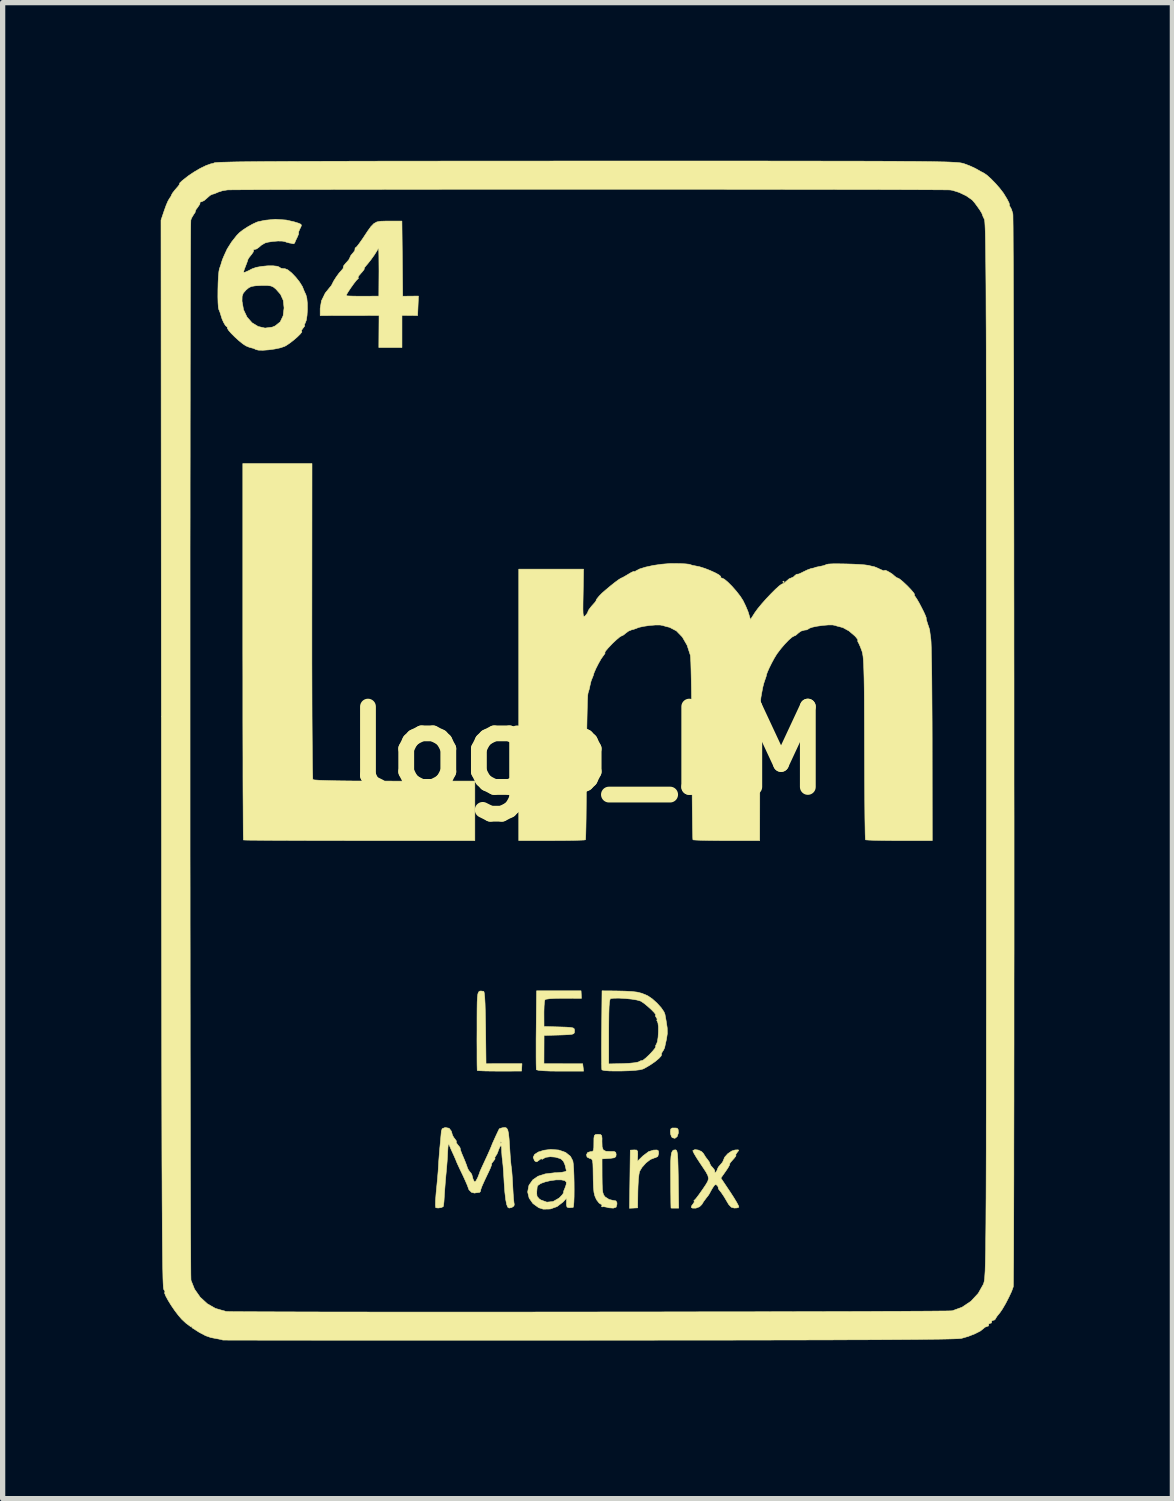
<source format=kicad_pcb>
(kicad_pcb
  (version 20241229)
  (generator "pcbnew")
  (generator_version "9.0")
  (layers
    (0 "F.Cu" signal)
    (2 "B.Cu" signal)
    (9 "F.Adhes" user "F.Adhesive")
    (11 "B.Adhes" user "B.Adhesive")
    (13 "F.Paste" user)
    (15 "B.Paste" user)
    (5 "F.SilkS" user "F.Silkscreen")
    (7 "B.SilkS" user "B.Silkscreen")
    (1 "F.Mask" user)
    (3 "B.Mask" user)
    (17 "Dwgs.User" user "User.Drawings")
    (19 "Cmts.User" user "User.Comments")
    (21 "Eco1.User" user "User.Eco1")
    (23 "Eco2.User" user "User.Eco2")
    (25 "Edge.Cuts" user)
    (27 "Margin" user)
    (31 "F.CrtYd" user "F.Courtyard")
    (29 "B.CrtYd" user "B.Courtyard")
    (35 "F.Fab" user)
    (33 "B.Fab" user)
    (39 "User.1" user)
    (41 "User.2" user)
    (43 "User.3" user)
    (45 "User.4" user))
  (footprint "logo_LM"
    (layer "F.Cu")
    (at 8.105 11.192)
    (property "Reference" "logo_LM" (at 0 0 0) (layer "F.SilkS") (effects (font (size 1.524 1.524) (thickness 0.3))))
    (attr through_hole)
    (fp_poly (pts (xy 3.725 -3.203) (xy 3.711 -3.189) (xy 3.697 -3.203) (xy 3.711 -3.217) (xy 3.725 -3.203)) (stroke (width 0.01) (type solid)) (fill yes) (layer "F.SilkS"))
    (fp_poly (pts (xy 1.662 7.161) (xy 1.695 7.165) (xy 1.713 7.192) (xy 1.717 7.253) (xy 1.716 7.258) (xy 1.693 7.325) (xy 1.651 7.357) (xy 1.603 7.345) (xy 1.587 7.328) (xy 1.569 7.276) (xy 1.565 7.225) (xy 1.572 7.18) (xy 1.599 7.161) (xy 1.662 7.161)) (stroke (width 0.01) (type solid)) (fill yes) (layer "F.SilkS"))
    (fp_poly (pts (xy 1.665 7.576) (xy 1.68 7.584) (xy 1.691 7.611) (xy 1.7 7.664) (xy 1.706 7.751) (xy 1.71 7.877) (xy 1.714 8.05) (xy 1.715 8.129) (xy 1.723 8.681) (xy 1.652 8.681) (xy 1.597 8.681) (xy 1.577 8.68) (xy 1.576 8.653) (xy 1.574 8.578) (xy 1.573 8.464) (xy 1.571 8.32) (xy 1.57 8.154) (xy 1.57 8.147) (xy 1.569 7.953) (xy 1.57 7.808) (xy 1.576 7.705) (xy 1.586 7.638) (xy 1.603 7.598) (xy 1.626 7.58) (xy 1.658 7.576) (xy 1.665 7.576)) (stroke (width 0.01) (type solid)) (fill yes) (layer "F.SilkS"))
    (fp_poly (pts (xy 0.924 7.579) (xy 0.944 7.604) (xy 0.946 7.668) (xy 0.945 7.683) (xy 0.94 7.792) (xy 1.044 7.691) (xy 1.152 7.609) (xy 1.246 7.58) (xy 1.312 7.578) (xy 1.339 7.596) (xy 1.342 7.644) (xy 1.342 7.645) (xy 1.326 7.702) (xy 1.275 7.726) (xy 1.262 7.728) (xy 1.186 7.758) (xy 1.102 7.823) (xy 1.027 7.907) (xy 0.981 7.984) (xy 0.969 8.042) (xy 0.958 8.141) (xy 0.951 8.266) (xy 0.948 8.366) (xy 0.944 8.676) (xy 0.867 8.68) (xy 0.789 8.684) (xy 0.797 8.132) (xy 0.804 7.581) (xy 0.877 7.577) (xy 0.924 7.579)) (stroke (width 0.01) (type solid)) (fill yes) (layer "F.SilkS"))
    (fp_poly (pts (xy -1.997 4.566) (xy -1.976 4.568) (xy -1.967 4.597) (xy -1.958 4.678) (xy -1.951 4.807) (xy -1.946 4.979) (xy -1.942 5.19) (xy -1.941 5.256) (xy -1.933 5.941) (xy -1.251 5.94) (xy -1.255 6.011) (xy -1.259 6.081) (xy -1.676 6.082) (xy -1.823 6.081) (xy -1.948 6.079) (xy -2.041 6.075) (xy -2.093 6.071) (xy -2.1 6.068) (xy -2.101 6.037) (xy -2.103 5.957) (xy -2.104 5.836) (xy -2.104 5.681) (xy -2.105 5.499) (xy -2.104 5.306) (xy -2.104 5.08) (xy -2.103 4.904) (xy -2.101 4.773) (xy -2.096 4.679) (xy -2.088 4.617) (xy -2.074 4.581) (xy -2.056 4.565) (xy -2.03 4.561) (xy -1.997 4.566)) (stroke (width 0.01) (type solid)) (fill yes) (layer "F.SilkS"))
    (fp_poly (pts (xy -0.126 4.629) (xy -0.122 4.701) (xy -0.458 4.699) (xy -0.605 4.701) (xy -0.719 4.707) (xy -0.792 4.717) (xy -0.815 4.726) (xy -0.824 4.766) (xy -0.831 4.848) (xy -0.834 4.955) (xy -0.834 4.995) (xy -0.833 5.235) (xy -0.543 5.243) (xy -0.413 5.247) (xy -0.33 5.253) (xy -0.282 5.262) (xy -0.26 5.278) (xy -0.254 5.304) (xy -0.254 5.32) (xy -0.256 5.351) (xy -0.269 5.371) (xy -0.303 5.383) (xy -0.369 5.39) (xy -0.476 5.395) (xy -0.543 5.397) (xy -0.832 5.405) (xy -0.833 5.673) (xy -0.834 5.942) (xy -0.466 5.941) (xy -0.099 5.941) (xy -0.082 6.082) (xy -0.524 6.082) (xy -0.704 6.081) (xy -0.842 6.075) (xy -0.934 6.067) (xy -0.976 6.056) (xy -0.978 6.053) (xy -0.98 6.018) (xy -0.982 5.935) (xy -0.983 5.81) (xy -0.983 5.653) (xy -0.983 5.47) (xy -0.981 5.291) (xy -0.974 4.558) (xy -0.13 4.558) (xy -0.126 4.629)) (stroke (width 0.01) (type solid)) (fill yes) (layer "F.SilkS"))
    (fp_poly (pts (xy -5.237 -2.462) (xy -5.237 -2.056) (xy -5.237 -1.666) (xy -5.236 -1.296) (xy -5.235 -0.948) (xy -5.234 -0.627) (xy -5.232 -0.337) (xy -5.23 -0.082) (xy -5.228 0.136) (xy -5.226 0.311) (xy -5.223 0.442) (xy -5.221 0.523) (xy -5.218 0.551) (xy -5.185 0.557) (xy -5.096 0.563) (xy -4.953 0.568) (xy -4.757 0.573) (xy -4.508 0.576) (xy -4.209 0.578) (xy -3.86 0.578) (xy -3.671 0.579) (xy -2.145 0.578) (xy -2.145 1.708) (xy -4.334 1.708) (xy -4.681 1.707) (xy -5.011 1.707) (xy -5.319 1.706) (xy -5.603 1.705) (xy -5.857 1.704) (xy -6.078 1.703) (xy -6.26 1.701) (xy -6.399 1.7) (xy -6.492 1.698) (xy -6.534 1.696) (xy -6.536 1.696) (xy -6.537 1.667) (xy -6.539 1.584) (xy -6.54 1.452) (xy -6.541 1.274) (xy -6.542 1.053) (xy -6.544 0.792) (xy -6.545 0.495) (xy -6.545 0.166) (xy -6.546 -0.193) (xy -6.547 -0.579) (xy -6.547 -0.987) (xy -6.547 -1.414) (xy -6.548 -1.857) (xy -6.548 -5.447) (xy -5.235 -5.447) (xy -5.237 -2.462)) (stroke (width 0.01) (type solid)) (fill yes) (layer "F.SilkS"))
    (fp_poly (pts (xy 0.24 7.285) (xy 0.262 7.306) (xy 0.268 7.359) (xy 0.267 7.415) (xy 0.27 7.519) (xy 0.292 7.578) (xy 0.342 7.603) (xy 0.423 7.606) (xy 0.496 7.606) (xy 0.528 7.622) (xy 0.536 7.661) (xy 0.536 7.665) (xy 0.53 7.705) (xy 0.5 7.726) (xy 0.432 7.736) (xy 0.402 7.738) (xy 0.268 7.747) (xy 0.269 8.079) (xy 0.271 8.223) (xy 0.275 8.322) (xy 0.284 8.388) (xy 0.299 8.431) (xy 0.322 8.463) (xy 0.331 8.471) (xy 0.403 8.517) (xy 0.473 8.534) (xy 0.532 8.544) (xy 0.551 8.579) (xy 0.551 8.608) (xy 0.535 8.663) (xy 0.483 8.681) (xy 0.478 8.681) (xy 0.399 8.675) (xy 0.353 8.663) (xy 0.296 8.653) (xy 0.271 8.658) (xy 0.259 8.654) (xy 0.265 8.64) (xy 0.264 8.612) (xy 0.248 8.608) (xy 0.212 8.585) (xy 0.168 8.528) (xy 0.157 8.508) (xy 0.132 8.451) (xy 0.115 8.381) (xy 0.106 8.286) (xy 0.101 8.153) (xy 0.1 8.077) (xy 0.098 7.937) (xy 0.095 7.842) (xy 0.088 7.785) (xy 0.075 7.755) (xy 0.055 7.742) (xy 0.033 7.738) (xy -0.016 7.712) (xy -0.027 7.667) (xy -0.005 7.626) (xy 0.049 7.609) (xy 0.049 7.609) (xy 0.085 7.607) (xy 0.104 7.585) (xy 0.112 7.532) (xy 0.113 7.447) (xy 0.114 7.355) (xy 0.122 7.305) (xy 0.144 7.285) (xy 0.185 7.281) (xy 0.192 7.281) (xy 0.24 7.285)) (stroke (width 0.01) (type solid)) (fill yes) (layer "F.SilkS"))
    (fp_poly (pts (xy -0.552 7.579) (xy -0.424 7.624) (xy -0.331 7.699) (xy -0.286 7.785) (xy -0.277 7.845) (xy -0.27 7.941) (xy -0.265 8.062) (xy -0.262 8.197) (xy -0.261 8.334) (xy -0.262 8.461) (xy -0.266 8.567) (xy -0.272 8.64) (xy -0.28 8.668) (xy -0.28 8.668) (xy -0.359 8.674) (xy -0.396 8.662) (xy -0.407 8.622) (xy -0.407 8.585) (xy -0.405 8.492) (xy -0.473 8.566) (xy -0.585 8.652) (xy -0.715 8.698) (xy -0.847 8.701) (xy -0.932 8.674) (xy -1.043 8.594) (xy -1.115 8.491) (xy -1.139 8.392) (xy -0.972 8.392) (xy -0.965 8.457) (xy -0.922 8.507) (xy -0.892 8.527) (xy -0.778 8.568) (xy -0.661 8.556) (xy -0.549 8.492) (xy -0.532 8.477) (xy -0.484 8.426) (xy -0.463 8.393) (xy -0.463 8.389) (xy -0.46 8.359) (xy -0.438 8.307) (xy -0.413 8.238) (xy -0.408 8.189) (xy -0.438 8.158) (xy -0.508 8.145) (xy -0.602 8.145) (xy -0.708 8.159) (xy -0.81 8.183) (xy -0.896 8.214) (xy -0.95 8.252) (xy -0.962 8.277) (xy -0.967 8.329) (xy -0.972 8.392) (xy -1.139 8.392) (xy -1.143 8.374) (xy -1.121 8.257) (xy -1.114 8.241) (xy -1.045 8.144) (xy -0.946 8.076) (xy -0.81 8.032) (xy -0.629 8.01) (xy -0.589 8.009) (xy -0.493 8.001) (xy -0.429 7.988) (xy -0.408 7.973) (xy -0.434 7.862) (xy -0.464 7.793) (xy -0.506 7.752) (xy -0.529 7.74) (xy -0.616 7.714) (xy -0.713 7.706) (xy -0.798 7.717) (xy -0.841 7.739) (xy -0.869 7.756) (xy -0.875 7.748) (xy -0.892 7.746) (xy -0.927 7.772) (xy -0.97 7.803) (xy -1 7.793) (xy -1.015 7.776) (xy -1.038 7.717) (xy -1.011 7.662) (xy -0.94 7.616) (xy -0.833 7.583) (xy -0.705 7.567) (xy -0.552 7.579)) (stroke (width 0.01) (type solid)) (fill yes) (layer "F.SilkS"))
    (fp_poly (pts (xy -3.521 -9.335) (xy -3.514 -8.622) (xy -3.364 -8.623) (xy -3.215 -8.625) (xy -3.223 -8.44) (xy -3.231 -8.255) (xy -3.38 -8.256) (xy -3.528 -8.258) (xy -3.528 -7.648) (xy -3.967 -7.648) (xy -3.965 -7.952) (xy -3.963 -8.256) (xy -4.522 -8.255) (xy -5.08 -8.254) (xy -5.08 -8.389) (xy -5.055 -8.536) (xy -5.008 -8.631) (xy -4.586 -8.631) (xy -4.555 -8.627) (xy -4.48 -8.624) (xy -4.372 -8.622) (xy -4.271 -8.622) (xy -3.967 -8.623) (xy -3.964 -9.099) (xy -3.965 -9.252) (xy -3.966 -9.381) (xy -3.968 -9.476) (xy -3.972 -9.529) (xy -3.975 -9.536) (xy -4.003 -9.482) (xy -4.054 -9.402) (xy -4.117 -9.314) (xy -4.179 -9.236) (xy -4.204 -9.207) (xy -4.239 -9.164) (xy -4.244 -9.144) (xy -4.243 -9.144) (xy -4.248 -9.126) (xy -4.283 -9.082) (xy -4.304 -9.059) (xy -4.348 -9.008) (xy -4.363 -8.978) (xy -4.359 -8.974) (xy -4.352 -8.962) (xy -4.363 -8.953) (xy -4.395 -8.92) (xy -4.442 -8.86) (xy -4.495 -8.786) (xy -4.543 -8.714) (xy -4.577 -8.658) (xy -4.586 -8.631) (xy -5.008 -8.631) (xy -4.984 -8.681) (xy -4.904 -8.78) (xy -4.866 -8.826) (xy -4.855 -8.848) (xy -4.826 -8.906) (xy -4.776 -8.985) (xy -4.721 -9.061) (xy -4.676 -9.111) (xy -4.675 -9.112) (xy -4.643 -9.151) (xy -4.642 -9.171) (xy -4.632 -9.203) (xy -4.592 -9.251) (xy -4.585 -9.258) (xy -4.538 -9.311) (xy -4.516 -9.354) (xy -4.516 -9.356) (xy -4.496 -9.398) (xy -4.46 -9.44) (xy -4.424 -9.485) (xy -4.419 -9.515) (xy -4.417 -9.538) (xy -4.411 -9.539) (xy -4.386 -9.561) (xy -4.34 -9.62) (xy -4.281 -9.703) (xy -4.263 -9.73) (xy -4.179 -9.857) (xy -4.116 -9.944) (xy -4.061 -10) (xy -4.005 -10.031) (xy -3.936 -10.044) (xy -3.843 -10.047) (xy -3.777 -10.047) (xy -3.529 -10.047) (xy -3.521 -9.335)) (stroke (width 0.01) (type solid)) (fill yes) (layer "F.SilkS"))
    (fp_poly (pts (xy 2.093 7.579) (xy 2.155 7.607) (xy 2.19 7.642) (xy 2.235 7.715) (xy 2.267 7.756) (xy 2.304 7.807) (xy 2.314 7.837) (xy 2.333 7.875) (xy 2.37 7.916) (xy 2.405 7.962) (xy 2.408 7.995) (xy 2.408 8.01) (xy 2.423 8.004) (xy 2.453 7.961) (xy 2.455 7.947) (xy 2.475 7.903) (xy 2.512 7.86) (xy 2.554 7.811) (xy 2.569 7.778) (xy 2.595 7.715) (xy 2.654 7.649) (xy 2.73 7.597) (xy 2.792 7.578) (xy 2.851 7.575) (xy 2.862 7.587) (xy 2.833 7.623) (xy 2.833 7.623) (xy 2.806 7.662) (xy 2.809 7.676) (xy 2.807 7.694) (xy 2.773 7.738) (xy 2.752 7.761) (xy 2.706 7.813) (xy 2.688 7.843) (xy 2.69 7.846) (xy 2.686 7.866) (xy 2.656 7.92) (xy 2.616 7.979) (xy 2.523 8.111) (xy 2.701 8.377) (xy 2.77 8.484) (xy 2.825 8.575) (xy 2.858 8.638) (xy 2.865 8.663) (xy 2.831 8.677) (xy 2.777 8.68) (xy 2.721 8.664) (xy 2.673 8.614) (xy 2.636 8.552) (xy 2.584 8.464) (xy 2.531 8.385) (xy 2.513 8.363) (xy 2.478 8.318) (xy 2.472 8.297) (xy 2.473 8.297) (xy 2.472 8.28) (xy 2.455 8.254) (xy 2.427 8.232) (xy 2.4 8.248) (xy 2.367 8.297) (xy 2.33 8.36) (xy 2.309 8.401) (xy 2.308 8.403) (xy 2.286 8.438) (xy 2.248 8.486) (xy 2.195 8.557) (xy 2.162 8.612) (xy 2.118 8.655) (xy 2.051 8.681) (xy 1.987 8.682) (xy 1.962 8.669) (xy 1.967 8.64) (xy 1.994 8.603) (xy 2.02 8.565) (xy 2.015 8.551) (xy 2.01 8.539) (xy 2.022 8.53) (xy 2.052 8.498) (xy 2.103 8.431) (xy 2.165 8.343) (xy 2.184 8.316) (xy 2.24 8.232) (xy 2.275 8.171) (xy 2.288 8.12) (xy 2.277 8.065) (xy 2.241 7.996) (xy 2.177 7.899) (xy 2.12 7.814) (xy 2.059 7.72) (xy 2.014 7.644) (xy 1.992 7.597) (xy 1.991 7.589) (xy 2.031 7.571) (xy 2.093 7.579)) (stroke (width 0.01) (type solid)) (fill yes) (layer "F.SilkS"))
    (fp_poly (pts (xy 0.522 4.56) (xy 0.7 4.564) (xy 0.834 4.571) (xy 0.936 4.583) (xy 1.019 4.604) (xy 1.095 4.634) (xy 1.141 4.656) (xy 1.223 4.712) (xy 1.31 4.79) (xy 1.388 4.876) (xy 1.443 4.956) (xy 1.462 5.003) (xy 1.469 5.042) (xy 1.482 5.113) (xy 1.485 5.13) (xy 1.505 5.263) (xy 1.507 5.369) (xy 1.491 5.476) (xy 1.488 5.489) (xy 1.47 5.569) (xy 1.458 5.626) (xy 1.457 5.635) (xy 1.435 5.683) (xy 1.417 5.708) (xy 1.395 5.748) (xy 1.397 5.762) (xy 1.391 5.792) (xy 1.347 5.841) (xy 1.275 5.901) (xy 1.185 5.963) (xy 1.088 6.02) (xy 1.044 6.042) (xy 0.988 6.056) (xy 0.895 6.067) (xy 0.778 6.075) (xy 0.649 6.079) (xy 0.521 6.08) (xy 0.407 6.078) (xy 0.319 6.071) (xy 0.27 6.06) (xy 0.265 6.055) (xy 0.262 6.02) (xy 0.26 5.935) (xy 0.259 5.811) (xy 0.258 5.653) (xy 0.259 5.47) (xy 0.26 5.332) (xy 0.395 5.332) (xy 0.395 5.945) (xy 0.664 5.939) (xy 0.784 5.933) (xy 0.886 5.923) (xy 0.953 5.91) (xy 0.97 5.902) (xy 1.009 5.882) (xy 1.021 5.885) (xy 1.047 5.874) (xy 1.1 5.832) (xy 1.168 5.768) (xy 1.232 5.699) (xy 1.274 5.647) (xy 1.285 5.622) (xy 1.287 5.591) (xy 1.3 5.572) (xy 1.319 5.522) (xy 1.332 5.437) (xy 1.338 5.336) (xy 1.338 5.24) (xy 1.329 5.167) (xy 1.319 5.144) (xy 1.305 5.113) (xy 1.312 5.108) (xy 1.315 5.091) (xy 1.298 5.066) (xy 1.279 5.032) (xy 1.286 5.024) (xy 1.287 5.008) (xy 1.255 4.967) (xy 1.2 4.911) (xy 1.133 4.851) (xy 1.066 4.796) (xy 1.01 4.758) (xy 0.998 4.752) (xy 0.932 4.733) (xy 0.831 4.716) (xy 0.711 4.704) (xy 0.593 4.697) (xy 0.493 4.698) (xy 0.43 4.706) (xy 0.43 4.706) (xy 0.418 4.725) (xy 0.409 4.775) (xy 0.402 4.86) (xy 0.398 4.988) (xy 0.396 5.162) (xy 0.395 5.332) (xy 0.26 5.332) (xy 0.261 5.291) (xy 0.268 4.558) (xy 0.522 4.56)) (stroke (width 0.01) (type solid)) (fill yes) (layer "F.SilkS"))
    (fp_poly (pts (xy -1.542 7.163) (xy -1.521 7.197) (xy -1.506 7.263) (xy -1.495 7.368) (xy -1.485 7.519) (xy -1.482 7.564) (xy -1.474 7.689) (xy -1.465 7.8) (xy -1.457 7.88) (xy -1.453 7.902) (xy -1.446 7.959) (xy -1.438 8.057) (xy -1.43 8.181) (xy -1.425 8.279) (xy -1.418 8.406) (xy -1.41 8.511) (xy -1.402 8.583) (xy -1.397 8.608) (xy -1.403 8.64) (xy -1.444 8.669) (xy -1.495 8.68) (xy -1.521 8.663) (xy -1.542 8.61) (xy -1.56 8.517) (xy -1.576 8.379) (xy -1.59 8.191) (xy -1.594 8.114) (xy -1.602 7.988) (xy -1.61 7.878) (xy -1.618 7.8) (xy -1.621 7.775) (xy -1.629 7.712) (xy -1.635 7.623) (xy -1.636 7.592) (xy -1.64 7.518) (xy -1.649 7.494) (xy -1.666 7.512) (xy -1.669 7.517) (xy -1.696 7.577) (xy -1.705 7.606) (xy -1.726 7.657) (xy -1.747 7.688) (xy -1.768 7.723) (xy -1.763 7.733) (xy -1.763 7.75) (xy -1.792 7.789) (xy -1.824 7.83) (xy -1.827 7.846) (xy -1.83 7.869) (xy -1.854 7.93) (xy -1.893 8.015) (xy -1.897 8.022) (xy -1.964 8.163) (xy -2.008 8.261) (xy -2.031 8.323) (xy -2.037 8.357) (xy -2.037 8.361) (xy -2.054 8.382) (xy -2.067 8.384) (xy -2.126 8.391) (xy -2.151 8.396) (xy -2.208 8.382) (xy -2.257 8.333) (xy -2.274 8.287) (xy -2.288 8.248) (xy -2.321 8.172) (xy -2.366 8.073) (xy -2.387 8.029) (xy -2.436 7.927) (xy -2.474 7.845) (xy -2.495 7.797) (xy -2.498 7.789) (xy -2.51 7.758) (xy -2.539 7.692) (xy -2.559 7.648) (xy -2.597 7.565) (xy -2.625 7.498) (xy -2.633 7.479) (xy -2.642 7.463) (xy -2.649 7.475) (xy -2.655 7.525) (xy -2.661 7.618) (xy -2.665 7.705) (xy -2.671 7.796) (xy -2.681 7.919) (xy -2.693 8.047) (xy -2.694 8.057) (xy -2.706 8.196) (xy -2.717 8.342) (xy -2.725 8.462) (xy -2.731 8.557) (xy -2.739 8.626) (xy -2.746 8.654) (xy -2.785 8.671) (xy -2.841 8.679) (xy -2.882 8.674) (xy -2.888 8.67) (xy -2.893 8.626) (xy -2.891 8.535) (xy -2.88 8.392) (xy -2.865 8.241) (xy -2.853 8.113) (xy -2.842 7.984) (xy -2.836 7.888) (xy -2.83 7.788) (xy -2.82 7.659) (xy -2.809 7.528) (xy -2.808 7.521) (xy -2.797 7.405) (xy -2.788 7.302) (xy -2.782 7.234) (xy -2.782 7.226) (xy -2.765 7.174) (xy -2.715 7.154) (xy -2.699 7.153) (xy -2.633 7.166) (xy -2.591 7.221) (xy -2.57 7.295) (xy -2.548 7.337) (xy -2.52 7.373) (xy -2.494 7.41) (xy -2.498 7.422) (xy -2.498 7.44) (xy -2.467 7.482) (xy -2.431 7.526) (xy -2.423 7.545) (xy -2.42 7.571) (xy -2.399 7.631) (xy -2.386 7.662) (xy -2.336 7.78) (xy -2.306 7.857) (xy -2.29 7.903) (xy -2.287 7.916) (xy -2.265 7.959) (xy -2.244 7.987) (xy -2.211 8.028) (xy -2.203 8.043) (xy -2.179 8.131) (xy -2.155 8.179) (xy -2.144 8.184) (xy -2.122 8.161) (xy -2.09 8.101) (xy -2.059 8.022) (xy -2.048 7.987) (xy -2.034 7.956) (xy -2.004 7.889) (xy -1.964 7.803) (xy -1.903 7.671) (xy -1.856 7.565) (xy -1.827 7.496) (xy -1.821 7.479) (xy -1.808 7.446) (xy -1.803 7.437) (xy -1.665 7.437) (xy -1.651 7.451) (xy -1.637 7.437) (xy -1.651 7.422) (xy -1.665 7.437) (xy -1.803 7.437) (xy -1.779 7.383) (xy -1.744 7.306) (xy -1.71 7.234) (xy -1.686 7.185) (xy -1.68 7.175) (xy -1.65 7.164) (xy -1.613 7.155) (xy -1.572 7.151) (xy -1.542 7.163)) (stroke (width 0.01) (type solid)) (fill yes) (layer "F.SilkS"))
    (fp_poly (pts (xy -5.723 -10.067) (xy -5.574 -10.033) (xy -5.487 -10.006) (xy -5.444 -9.986) (xy -5.436 -9.961) (xy -5.453 -9.922) (xy -5.463 -9.903) (xy -5.487 -9.848) (xy -5.49 -9.822) (xy -5.489 -9.821) (xy -5.49 -9.8) (xy -5.512 -9.747) (xy -5.517 -9.737) (xy -5.548 -9.673) (xy -5.563 -9.633) (xy -5.563 -9.631) (xy -5.586 -9.616) (xy -5.592 -9.617) (xy -5.641 -9.628) (xy -5.667 -9.632) (xy -5.725 -9.648) (xy -5.743 -9.656) (xy -5.794 -9.667) (xy -5.88 -9.669) (xy -5.979 -9.661) (xy -6.07 -9.647) (xy -6.125 -9.632) (xy -6.194 -9.592) (xy -6.235 -9.556) (xy -6.285 -9.519) (xy -6.316 -9.511) (xy -6.345 -9.503) (xy -6.343 -9.494) (xy -6.348 -9.464) (xy -6.382 -9.413) (xy -6.388 -9.407) (xy -6.43 -9.354) (xy -6.451 -9.319) (xy -6.451 -9.318) (xy -6.462 -9.281) (xy -6.486 -9.217) (xy -6.487 -9.215) (xy -6.52 -9.129) (xy -6.533 -9.085) (xy -6.526 -9.072) (xy -6.5 -9.079) (xy -6.497 -9.08) (xy -6.439 -9.106) (xy -6.366 -9.144) (xy -6.364 -9.144) (xy -6.293 -9.169) (xy -6.193 -9.187) (xy -6.081 -9.198) (xy -5.976 -9.199) (xy -5.895 -9.19) (xy -5.861 -9.177) (xy -5.823 -9.152) (xy -5.772 -9.144) (xy -5.748 -9.144) (xy -5.694 -9.122) (xy -5.622 -9.064) (xy -5.544 -8.983) (xy -5.472 -8.892) (xy -5.417 -8.804) (xy -5.393 -8.743) (xy -5.377 -8.705) (xy -5.351 -8.651) (xy -5.333 -8.585) (xy -5.323 -8.485) (xy -5.322 -8.37) (xy -5.329 -8.258) (xy -5.343 -8.166) (xy -5.364 -8.112) (xy -5.382 -8.079) (xy -5.375 -8.072) (xy -5.375 -8.054) (xy -5.405 -8.015) (xy -5.434 -7.975) (xy -5.431 -7.959) (xy -5.427 -7.943) (xy -5.458 -7.904) (xy -5.513 -7.849) (xy -5.584 -7.788) (xy -5.659 -7.73) (xy -5.728 -7.684) (xy -5.757 -7.669) (xy -5.837 -7.642) (xy -5.942 -7.62) (xy -6.057 -7.604) (xy -6.166 -7.596) (xy -6.253 -7.598) (xy -6.303 -7.611) (xy -6.305 -7.613) (xy -6.347 -7.633) (xy -6.371 -7.638) (xy -6.431 -7.655) (xy -6.49 -7.68) (xy -6.548 -7.718) (xy -6.621 -7.777) (xy -6.698 -7.847) (xy -6.768 -7.917) (xy -6.82 -7.977) (xy -6.842 -8.015) (xy -6.841 -8.02) (xy -6.846 -8.042) (xy -6.853 -8.043) (xy -6.878 -8.066) (xy -6.911 -8.122) (xy -6.942 -8.19) (xy -6.96 -8.248) (xy -6.971 -8.283) (xy -6.982 -8.319) (xy -6.999 -8.361) (xy -7.003 -8.368) (xy -7.012 -8.411) (xy -7.018 -8.497) (xy -7.019 -8.529) (xy -6.563 -8.529) (xy -6.563 -8.528) (xy -6.534 -8.365) (xy -6.468 -8.226) (xy -6.373 -8.118) (xy -6.256 -8.047) (xy -6.126 -8.017) (xy -5.989 -8.035) (xy -5.932 -8.059) (xy -5.838 -8.135) (xy -5.783 -8.25) (xy -5.765 -8.399) (xy -5.78 -8.542) (xy -5.832 -8.657) (xy -5.917 -8.754) (xy -5.965 -8.794) (xy -6.013 -8.816) (xy -6.08 -8.825) (xy -6.183 -8.825) (xy -6.2 -8.825) (xy -6.311 -8.819) (xy -6.384 -8.807) (xy -6.436 -8.782) (xy -6.486 -8.74) (xy -6.539 -8.68) (xy -6.561 -8.618) (xy -6.563 -8.529) (xy -7.019 -8.529) (xy -7.021 -8.612) (xy -7.02 -8.743) (xy -7.017 -8.875) (xy -7.011 -8.994) (xy -7.002 -9.088) (xy -6.992 -9.143) (xy -6.991 -9.144) (xy -6.967 -9.211) (xy -6.955 -9.252) (xy -6.937 -9.31) (xy -6.926 -9.337) (xy -6.906 -9.384) (xy -6.9 -9.398) (xy -6.845 -9.517) (xy -6.762 -9.649) (xy -6.667 -9.77) (xy -6.613 -9.826) (xy -6.547 -9.878) (xy -6.456 -9.937) (xy -6.362 -9.99) (xy -6.282 -10.027) (xy -6.251 -10.037) (xy -6.206 -10.046) (xy -6.134 -10.061) (xy -6.124 -10.063) (xy -5.93 -10.082) (xy -5.723 -10.067)) (stroke (width 0.01) (type solid)) (fill yes) (layer "F.SilkS"))
    (fp_poly (pts (xy 1.756 -3.548) (xy 1.854 -3.543) (xy 1.918 -3.536) (xy 1.933 -3.532) (xy 1.981 -3.516) (xy 2.032 -3.506) (xy 2.117 -3.489) (xy 2.216 -3.458) (xy 2.318 -3.418) (xy 2.411 -3.376) (xy 2.483 -3.337) (xy 2.52 -3.306) (xy 2.521 -3.292) (xy 2.526 -3.276) (xy 2.543 -3.274) (xy 2.588 -3.253) (xy 2.655 -3.197) (xy 2.735 -3.117) (xy 2.816 -3.025) (xy 2.89 -2.93) (xy 2.944 -2.846) (xy 2.994 -2.743) (xy 3.038 -2.638) (xy 3.05 -2.6) (xy 3.084 -2.486) (xy 3.169 -2.619) (xy 3.223 -2.693) (xy 3.298 -2.784) (xy 3.385 -2.882) (xy 3.476 -2.978) (xy 3.561 -3.063) (xy 3.631 -3.126) (xy 3.676 -3.158) (xy 3.685 -3.161) (xy 3.726 -3.18) (xy 3.768 -3.217) (xy 3.818 -3.26) (xy 3.853 -3.274) (xy 3.899 -3.294) (xy 3.923 -3.317) (xy 3.958 -3.346) (xy 3.972 -3.347) (xy 4.002 -3.351) (xy 4.061 -3.378) (xy 4.082 -3.389) (xy 4.163 -3.428) (xy 4.233 -3.454) (xy 4.242 -3.456) (xy 4.291 -3.466) (xy 4.304 -3.471) (xy 4.314 -3.476) (xy 4.353 -3.485) (xy 4.433 -3.501) (xy 4.473 -3.51) (xy 4.523 -3.529) (xy 4.53 -3.533) (xy 4.569 -3.54) (xy 4.652 -3.544) (xy 4.765 -3.544) (xy 4.895 -3.542) (xy 5.028 -3.538) (xy 5.152 -3.532) (xy 5.253 -3.524) (xy 5.318 -3.515) (xy 5.32 -3.515) (xy 5.389 -3.498) (xy 5.433 -3.489) (xy 5.475 -3.473) (xy 5.542 -3.442) (xy 5.553 -3.437) (xy 5.608 -3.413) (xy 5.631 -3.411) (xy 5.63 -3.415) (xy 5.637 -3.424) (xy 5.674 -3.41) (xy 5.727 -3.381) (xy 5.779 -3.347) (xy 5.814 -3.316) (xy 5.859 -3.28) (xy 5.882 -3.274) (xy 5.916 -3.255) (xy 5.977 -3.205) (xy 6.053 -3.134) (xy 6.068 -3.119) (xy 6.137 -3.046) (xy 6.183 -2.991) (xy 6.198 -2.965) (xy 6.196 -2.963) (xy 6.193 -2.946) (xy 6.216 -2.914) (xy 6.244 -2.872) (xy 6.285 -2.802) (xy 6.329 -2.718) (xy 6.372 -2.633) (xy 6.404 -2.562) (xy 6.42 -2.519) (xy 6.419 -2.512) (xy 6.421 -2.488) (xy 6.439 -2.429) (xy 6.449 -2.398) (xy 6.473 -2.328) (xy 6.486 -2.284) (xy 6.486 -2.279) (xy 6.489 -2.249) (xy 6.498 -2.181) (xy 6.507 -2.117) (xy 6.511 -2.062) (xy 6.515 -1.956) (xy 6.518 -1.803) (xy 6.522 -1.61) (xy 6.525 -1.382) (xy 6.527 -1.123) (xy 6.529 -0.84) (xy 6.531 -0.536) (xy 6.532 -0.218) (xy 6.532 -0.127) (xy 6.534 1.708) (xy 5.908 1.708) (xy 5.726 1.707) (xy 5.563 1.705) (xy 5.428 1.702) (xy 5.329 1.698) (xy 5.275 1.694) (xy 5.267 1.692) (xy 5.264 1.662) (xy 5.261 1.58) (xy 5.259 1.452) (xy 5.256 1.282) (xy 5.254 1.075) (xy 5.252 0.836) (xy 5.25 0.57) (xy 5.249 0.282) (xy 5.248 -0.023) (xy 5.248 -0.038) (xy 5.247 -0.4) (xy 5.246 -0.71) (xy 5.245 -0.972) (xy 5.243 -1.19) (xy 5.24 -1.37) (xy 5.236 -1.515) (xy 5.232 -1.63) (xy 5.227 -1.719) (xy 5.221 -1.786) (xy 5.213 -1.837) (xy 5.204 -1.874) (xy 5.201 -1.885) (xy 5.169 -1.97) (xy 5.14 -2.035) (xy 5.129 -2.053) (xy 5.116 -2.083) (xy 5.124 -2.088) (xy 5.121 -2.106) (xy 5.087 -2.151) (xy 5.064 -2.176) (xy 4.954 -2.27) (xy 4.84 -2.333) (xy 4.778 -2.35) (xy 4.719 -2.365) (xy 4.699 -2.373) (xy 4.646 -2.384) (xy 4.558 -2.384) (xy 4.453 -2.375) (xy 4.347 -2.36) (xy 4.257 -2.341) (xy 4.199 -2.32) (xy 4.189 -2.311) (xy 4.152 -2.291) (xy 4.109 -2.286) (xy 4.041 -2.266) (xy 3.993 -2.23) (xy 3.944 -2.187) (xy 3.91 -2.173) (xy 3.872 -2.152) (xy 3.81 -2.098) (xy 3.735 -2.02) (xy 3.659 -1.931) (xy 3.591 -1.841) (xy 3.577 -1.82) (xy 3.535 -1.751) (xy 3.488 -1.664) (xy 3.443 -1.574) (xy 3.408 -1.495) (xy 3.389 -1.444) (xy 3.388 -1.433) (xy 3.381 -1.404) (xy 3.361 -1.347) (xy 3.339 -1.281) (xy 3.319 -1.204) (xy 3.299 -1.099) (xy 3.282 -1.002) (xy 3.278 -0.951) (xy 3.274 -0.85) (xy 3.271 -0.704) (xy 3.268 -0.521) (xy 3.265 -0.307) (xy 3.263 -0.067) (xy 3.262 0.192) (xy 3.262 0.41) (xy 3.26 1.708) (xy 2.634 1.708) (xy 2.452 1.707) (xy 2.289 1.705) (xy 2.154 1.702) (xy 2.055 1.698) (xy 2.001 1.694) (xy 1.993 1.692) (xy 1.99 1.662) (xy 1.988 1.58) (xy 1.985 1.452) (xy 1.983 1.282) (xy 1.98 1.076) (xy 1.978 0.838) (xy 1.976 0.573) (xy 1.975 0.286) (xy 1.974 -0.007) (xy 1.973 -0.314) (xy 1.971 -0.607) (xy 1.968 -0.88) (xy 1.965 -1.129) (xy 1.961 -1.347) (xy 1.957 -1.53) (xy 1.953 -1.671) (xy 1.948 -1.767) (xy 1.944 -1.809) (xy 1.882 -1.999) (xy 1.792 -2.155) (xy 1.68 -2.271) (xy 1.55 -2.339) (xy 1.495 -2.352) (xy 1.438 -2.368) (xy 1.425 -2.373) (xy 1.371 -2.383) (xy 1.279 -2.383) (xy 1.17 -2.374) (xy 1.059 -2.358) (xy 0.967 -2.338) (xy 0.917 -2.318) (xy 0.867 -2.3) (xy 0.834 -2.293) (xy 0.772 -2.268) (xy 0.719 -2.229) (xy 0.667 -2.188) (xy 0.632 -2.173) (xy 0.601 -2.154) (xy 0.542 -2.104) (xy 0.467 -2.034) (xy 0.452 -2.018) (xy 0.383 -1.945) (xy 0.337 -1.891) (xy 0.321 -1.864) (xy 0.323 -1.863) (xy 0.325 -1.845) (xy 0.295 -1.802) (xy 0.292 -1.799) (xy 0.251 -1.741) (xy 0.202 -1.655) (xy 0.153 -1.559) (xy 0.116 -1.474) (xy 0.102 -1.425) (xy 0.083 -1.376) (xy 0.078 -1.366) (xy 0.06 -1.318) (xy 0.043 -1.248) (xy 0.024 -1.161) (xy 0.003 -1.093) (xy -0.003 -1.052) (xy -0.008 -0.961) (xy -0.012 -0.824) (xy -0.016 -0.649) (xy -0.02 -0.44) (xy -0.023 -0.205) (xy -0.025 0.053) (xy -0.027 0.325) (xy -0.028 0.596) (xy -0.03 0.849) (xy -0.032 1.08) (xy -0.034 1.281) (xy -0.037 1.449) (xy -0.04 1.577) (xy -0.043 1.66) (xy -0.046 1.692) (xy -0.046 1.692) (xy -0.077 1.697) (xy -0.157 1.7) (xy -0.276 1.704) (xy -0.427 1.706) (xy -0.602 1.707) (xy -0.687 1.708) (xy -1.312 1.708) (xy -1.312 -3.443) (xy -0.082 -3.443) (xy -0.09 -2.979) (xy -0.093 -2.809) (xy -0.094 -2.687) (xy -0.092 -2.607) (xy -0.086 -2.563) (xy -0.077 -2.546) (xy -0.062 -2.55) (xy -0.049 -2.56) (xy -0.01 -2.608) (xy 0.000131 -2.636) (xy 0.018 -2.674) (xy 0.063 -2.733) (xy 0.086 -2.759) (xy 0.134 -2.813) (xy 0.157 -2.846) (xy 0.156 -2.85) (xy 0.163 -2.869) (xy 0.199 -2.915) (xy 0.219 -2.938) (xy 0.269 -2.989) (xy 0.344 -3.054) (xy 0.429 -3.125) (xy 0.513 -3.192) (xy 0.584 -3.244) (xy 0.629 -3.272) (xy 0.636 -3.274) (xy 0.666 -3.288) (xy 0.727 -3.323) (xy 0.763 -3.345) (xy 0.828 -3.383) (xy 0.868 -3.4) (xy 0.875 -3.398) (xy 0.892 -3.397) (xy 0.911 -3.41) (xy 0.982 -3.447) (xy 1.096 -3.482) (xy 1.238 -3.513) (xy 1.395 -3.536) (xy 1.552 -3.549) (xy 1.636 -3.55) (xy 1.756 -3.548)) (stroke (width 0.01) (type solid)) (fill yes) (layer "F.SilkS"))
    (fp_poly (pts (xy 2.683 -11.187) (xy 3.218 -11.187) (xy 3.708 -11.186) (xy 4.153 -11.186) (xy 4.557 -11.185) (xy 4.922 -11.185) (xy 5.249 -11.184) (xy 5.541 -11.183) (xy 5.799 -11.182) (xy 6.027 -11.18) (xy 6.226 -11.179) (xy 6.398 -11.177) (xy 6.546 -11.175) (xy 6.671 -11.172) (xy 6.776 -11.17) (xy 6.863 -11.167) (xy 6.933 -11.163) (xy 6.99 -11.16) (xy 7.034 -11.156) (xy 7.069 -11.152) (xy 7.096 -11.147) (xy 7.118 -11.142) (xy 7.136 -11.136) (xy 7.14 -11.135) (xy 7.244 -11.096) (xy 7.338 -11.053) (xy 7.38 -11.031) (xy 7.456 -10.987) (xy 7.52 -10.954) (xy 7.521 -10.953) (xy 7.575 -10.915) (xy 7.651 -10.846) (xy 7.736 -10.759) (xy 7.816 -10.667) (xy 7.879 -10.585) (xy 7.89 -10.569) (xy 7.954 -10.464) (xy 7.991 -10.392) (xy 7.999 -10.359) (xy 7.996 -10.358) (xy 7.997 -10.34) (xy 8.01 -10.321) (xy 8.037 -10.27) (xy 8.061 -10.194) (xy 8.063 -10.187) (xy 8.065 -10.152) (xy 8.066 -10.064) (xy 8.068 -9.924) (xy 8.069 -9.734) (xy 8.07 -9.498) (xy 8.072 -9.218) (xy 8.073 -8.897) (xy 8.074 -8.535) (xy 8.075 -8.137) (xy 8.076 -7.705) (xy 8.078 -7.241) (xy 8.079 -6.747) (xy 8.079 -6.226) (xy 8.08 -5.68) (xy 8.081 -5.112) (xy 8.082 -4.525) (xy 8.083 -3.92) (xy 8.083 -3.3) (xy 8.084 -2.668) (xy 8.084 -2.026) (xy 8.085 -1.376) (xy 8.085 -0.721) (xy 8.085 -0.064) (xy 8.085 0.594) (xy 8.086 1.25) (xy 8.086 1.9) (xy 8.086 2.544) (xy 8.086 3.178) (xy 8.086 3.8) (xy 8.085 4.408) (xy 8.085 4.999) (xy 8.085 5.57) (xy 8.084 6.12) (xy 8.084 6.645) (xy 8.083 7.144) (xy 8.082 7.614) (xy 8.082 8.052) (xy 8.081 8.456) (xy 8.08 8.824) (xy 8.079 9.152) (xy 8.078 9.44) (xy 8.077 9.684) (xy 8.075 9.881) (xy 8.074 10.03) (xy 8.073 10.128) (xy 8.071 10.172) (xy 8.071 10.174) (xy 8.04 10.26) (xy 7.988 10.371) (xy 7.927 10.49) (xy 7.865 10.596) (xy 7.813 10.672) (xy 7.806 10.679) (xy 7.759 10.738) (xy 7.734 10.78) (xy 7.733 10.785) (xy 7.71 10.806) (xy 7.689 10.809) (xy 7.66 10.823) (xy 7.662 10.837) (xy 7.656 10.861) (xy 7.634 10.866) (xy 7.604 10.879) (xy 7.606 10.894) (xy 7.6 10.918) (xy 7.583 10.922) (xy 7.532 10.942) (xy 7.506 10.966) (xy 7.445 11.014) (xy 7.344 11.065) (xy 7.22 11.114) (xy 7.094 11.151) (xy 7.065 11.155) (xy 7.009 11.159) (xy 6.924 11.162) (xy 6.808 11.165) (xy 6.66 11.168) (xy 6.479 11.17) (xy 6.263 11.173) (xy 6.01 11.175) (xy 5.718 11.177) (xy 5.387 11.179) (xy 5.014 11.18) (xy 4.598 11.182) (xy 4.137 11.183) (xy 3.63 11.184) (xy 3.075 11.185) (xy 2.471 11.186) (xy 1.816 11.186) (xy 1.108 11.187) (xy 0.346 11.187) (xy 0.019 11.188) (xy -0.603 11.188) (xy -1.21 11.188) (xy -1.799 11.188) (xy -2.369 11.188) (xy -2.917 11.188) (xy -3.44 11.188) (xy -3.936 11.188) (xy -4.403 11.188) (xy -4.838 11.188) (xy -5.239 11.188) (xy -5.603 11.187) (xy -5.928 11.187) (xy -6.211 11.187) (xy -6.451 11.186) (xy -6.645 11.186) (xy -6.789 11.186) (xy -6.883 11.185) (xy -6.923 11.185) (xy -6.925 11.185) (xy -6.953 11.176) (xy -7.016 11.163) (xy -7.028 11.161) (xy -7.102 11.147) (xy -7.152 11.137) (xy -7.154 11.137) (xy -7.254 11.102) (xy -7.377 11.037) (xy -7.507 10.954) (xy -7.517 10.946) (xy -7.507 10.936) (xy -7.521 10.922) (xy -7.533 10.934) (xy -7.628 10.863) (xy -7.707 10.789) (xy -7.771 10.715) (xy -7.84 10.624) (xy -7.907 10.526) (xy -7.965 10.432) (xy -8.009 10.351) (xy -8.032 10.295) (xy -8.028 10.273) (xy -8.027 10.273) (xy -8.027 10.255) (xy -8.047 10.226) (xy -8.05 10.215) (xy -8.054 10.19) (xy -8.057 10.149) (xy -8.06 10.09) (xy -8.063 10.012) (xy -8.065 9.913) (xy -8.068 9.792) (xy -8.07 9.647) (xy -8.072 9.477) (xy -8.074 9.279) (xy -8.076 9.052) (xy -8.077 8.795) (xy -8.079 8.506) (xy -8.08 8.184) (xy -8.082 7.825) (xy -8.083 7.431) (xy -8.084 6.997) (xy -8.085 6.524) (xy -8.086 6.009) (xy -8.087 5.45) (xy -8.088 4.847) (xy -8.089 4.197) (xy -8.09 3.499) (xy -8.091 2.751) (xy -8.091 1.951) (xy -8.092 1.099) (xy -8.093 0.192) (xy -8.093 0.057) (xy -8.094 -1.292) (xy -7.549 -1.292) (xy -7.549 -0.641) (xy -7.549 0.012) (xy -7.549 0.666) (xy -7.549 1.317) (xy -7.549 1.963) (xy -7.548 2.601) (xy -7.548 3.23) (xy -7.547 3.846) (xy -7.547 4.448) (xy -7.546 5.032) (xy -7.546 5.596) (xy -7.545 6.139) (xy -7.544 6.656) (xy -7.543 7.147) (xy -7.543 7.608) (xy -7.542 8.037) (xy -7.541 8.431) (xy -7.54 8.789) (xy -7.539 9.107) (xy -7.537 9.383) (xy -7.536 9.615) (xy -7.535 9.8) (xy -7.534 9.936) (xy -7.532 10.02) (xy -7.531 10.05) (xy -7.464 10.218) (xy -7.357 10.371) (xy -7.221 10.496) (xy -7.067 10.584) (xy -6.94 10.621) (xy -6.889 10.634) (xy -6.875 10.641) (xy -6.846 10.643) (xy -6.763 10.645) (xy -6.629 10.646) (xy -6.448 10.647) (xy -6.222 10.648) (xy -5.955 10.649) (xy -5.649 10.65) (xy -5.307 10.651) (xy -4.932 10.652) (xy -4.528 10.652) (xy -4.097 10.653) (xy -3.641 10.653) (xy -3.165 10.653) (xy -2.671 10.653) (xy -2.161 10.653) (xy -1.64 10.653) (xy -1.109 10.653) (xy -0.573 10.652) (xy -0.032 10.652) (xy 0.508 10.651) (xy 1.046 10.651) (xy 1.578 10.65) (xy 2.101 10.649) (xy 2.613 10.648) (xy 3.11 10.648) (xy 3.59 10.646) (xy 4.05 10.645) (xy 4.486 10.644) (xy 4.896 10.643) (xy 5.277 10.642) (xy 5.625 10.64) (xy 5.939 10.639) (xy 6.214 10.637) (xy 6.448 10.636) (xy 6.638 10.634) (xy 6.781 10.633) (xy 6.874 10.631) (xy 6.914 10.629) (xy 6.914 10.629) (xy 7.1 10.561) (xy 7.268 10.448) (xy 7.406 10.299) (xy 7.503 10.127) (xy 7.505 10.122) (xy 7.51 10.108) (xy 7.514 10.093) (xy 7.519 10.075) (xy 7.523 10.051) (xy 7.527 10.021) (xy 7.53 9.982) (xy 7.533 9.933) (xy 7.537 9.872) (xy 7.539 9.797) (xy 7.542 9.706) (xy 7.544 9.598) (xy 7.547 9.471) (xy 7.548 9.323) (xy 7.55 9.153) (xy 7.552 8.958) (xy 7.553 8.737) (xy 7.555 8.488) (xy 7.556 8.209) (xy 7.557 7.899) (xy 7.558 7.556) (xy 7.558 7.177) (xy 7.559 6.763) (xy 7.56 6.309) (xy 7.56 5.816) (xy 7.56 5.28) (xy 7.561 4.701) (xy 7.561 4.077) (xy 7.561 3.405) (xy 7.561 2.684) (xy 7.561 1.912) (xy 7.562 1.088) (xy 7.562 0.21) (xy 7.562 -0.014) (xy 7.562 -0.918) (xy 7.562 -1.767) (xy 7.562 -2.563) (xy 7.562 -3.307) (xy 7.561 -4.002) (xy 7.561 -4.649) (xy 7.561 -5.249) (xy 7.56 -5.804) (xy 7.56 -6.316) (xy 7.559 -6.787) (xy 7.558 -7.219) (xy 7.558 -7.612) (xy 7.557 -7.968) (xy 7.555 -8.29) (xy 7.554 -8.579) (xy 7.553 -8.837) (xy 7.551 -9.064) (xy 7.549 -9.264) (xy 7.547 -9.437) (xy 7.545 -9.586) (xy 7.543 -9.711) (xy 7.541 -9.815) (xy 7.538 -9.9) (xy 7.535 -9.966) (xy 7.532 -10.016) (xy 7.529 -10.051) (xy 7.525 -10.073) (xy 7.522 -10.083) (xy 7.495 -10.139) (xy 7.485 -10.167) (xy 7.485 -10.168) (xy 7.474 -10.196) (xy 7.439 -10.254) (xy 7.39 -10.324) (xy 7.339 -10.393) (xy 7.296 -10.443) (xy 7.286 -10.452) (xy 7.18 -10.526) (xy 7.047 -10.59) (xy 6.916 -10.631) (xy 6.872 -10.638) (xy 6.833 -10.639) (xy 6.74 -10.64) (xy 6.597 -10.641) (xy 6.406 -10.642) (xy 6.171 -10.643) (xy 5.894 -10.644) (xy 5.58 -10.645) (xy 5.229 -10.646) (xy 4.846 -10.646) (xy 4.434 -10.647) (xy 3.996 -10.647) (xy 3.534 -10.648) (xy 3.052 -10.648) (xy 2.552 -10.649) (xy 2.038 -10.649) (xy 1.512 -10.649) (xy 0.978 -10.649) (xy 0.439 -10.649) (xy -0.102 -10.649) (xy -0.643 -10.649) (xy -1.18 -10.649) (xy -1.711 -10.649) (xy -2.232 -10.649) (xy -2.74 -10.649) (xy -3.233 -10.648) (xy -3.707 -10.648) (xy -4.159 -10.647) (xy -4.587 -10.647) (xy -4.986 -10.646) (xy -5.356 -10.646) (xy -5.691 -10.645) (xy -5.99 -10.644) (xy -6.249 -10.643) (xy -6.465 -10.642) (xy -6.636 -10.641) (xy -6.758 -10.64) (xy -6.828 -10.639) (xy -6.844 -10.638) (xy -6.937 -10.622) (xy -7.018 -10.596) (xy -7.027 -10.591) (xy -7.09 -10.565) (xy -7.128 -10.555) (xy -7.167 -10.536) (xy -7.22 -10.49) (xy -7.225 -10.485) (xy -7.282 -10.436) (xy -7.33 -10.414) (xy -7.333 -10.414) (xy -7.362 -10.406) (xy -7.359 -10.397) (xy -7.364 -10.367) (xy -7.398 -10.317) (xy -7.399 -10.315) (xy -7.436 -10.266) (xy -7.447 -10.238) (xy -7.447 -10.237) (xy -7.454 -10.209) (xy -7.478 -10.176) (xy -7.519 -10.107) (xy -7.534 -10.066) (xy -7.535 -10.032) (xy -7.537 -9.944) (xy -7.538 -9.805) (xy -7.539 -9.617) (xy -7.54 -9.383) (xy -7.541 -9.104) (xy -7.542 -8.783) (xy -7.543 -8.423) (xy -7.544 -8.027) (xy -7.545 -7.596) (xy -7.546 -7.133) (xy -7.546 -6.641) (xy -7.547 -6.122) (xy -7.547 -5.578) (xy -7.548 -5.012) (xy -7.548 -4.427) (xy -7.549 -3.824) (xy -7.549 -3.207) (xy -7.549 -2.578) (xy -7.549 -1.939) (xy -7.549 -1.292) (xy -8.094 -1.292) (xy -8.1 -10.065) (xy -8.039 -10.246) (xy -8.003 -10.346) (xy -7.968 -10.427) (xy -7.943 -10.47) (xy -7.91 -10.519) (xy -7.902 -10.541) (xy -7.882 -10.578) (xy -7.837 -10.636) (xy -7.815 -10.661) (xy -7.768 -10.716) (xy -7.747 -10.749) (xy -7.748 -10.753) (xy -7.746 -10.768) (xy -7.7 -10.812) (xy -7.609 -10.884) (xy -7.578 -10.908) (xy -7.472 -10.979) (xy -7.356 -11.047) (xy -7.247 -11.1) (xy -7.162 -11.131) (xy -7.154 -11.133) (xy -7.109 -11.143) (xy -7.098 -11.148) (xy -7.091 -11.152) (xy -7.067 -11.156) (xy -7.026 -11.159) (xy -6.965 -11.163) (xy -6.883 -11.165) (xy -6.777 -11.168) (xy -6.646 -11.171) (xy -6.488 -11.173) (xy -6.3 -11.175) (xy -6.082 -11.177) (xy -5.83 -11.178) (xy -5.544 -11.18) (xy -5.221 -11.181) (xy -4.86 -11.182) (xy -4.458 -11.183) (xy -4.014 -11.184) (xy -3.526 -11.185) (xy -2.991 -11.185) (xy -2.409 -11.186) (xy -1.777 -11.186) (xy -1.093 -11.186) (xy -0.356 -11.187) (xy 0.042 -11.187) (xy 0.782 -11.187) (xy 1.467 -11.187) (xy 2.1 -11.187) (xy 2.683 -11.187)) (stroke (width 0.01) (type solid)) (fill yes) (layer "F.SilkS")))
  (gr_rect
    (start -3 -3)
    (end 19.195 25.385)
    (stroke (width 0.1) (type default))
    (fill no)
    (layer "Edge.Cuts")))
</source>
